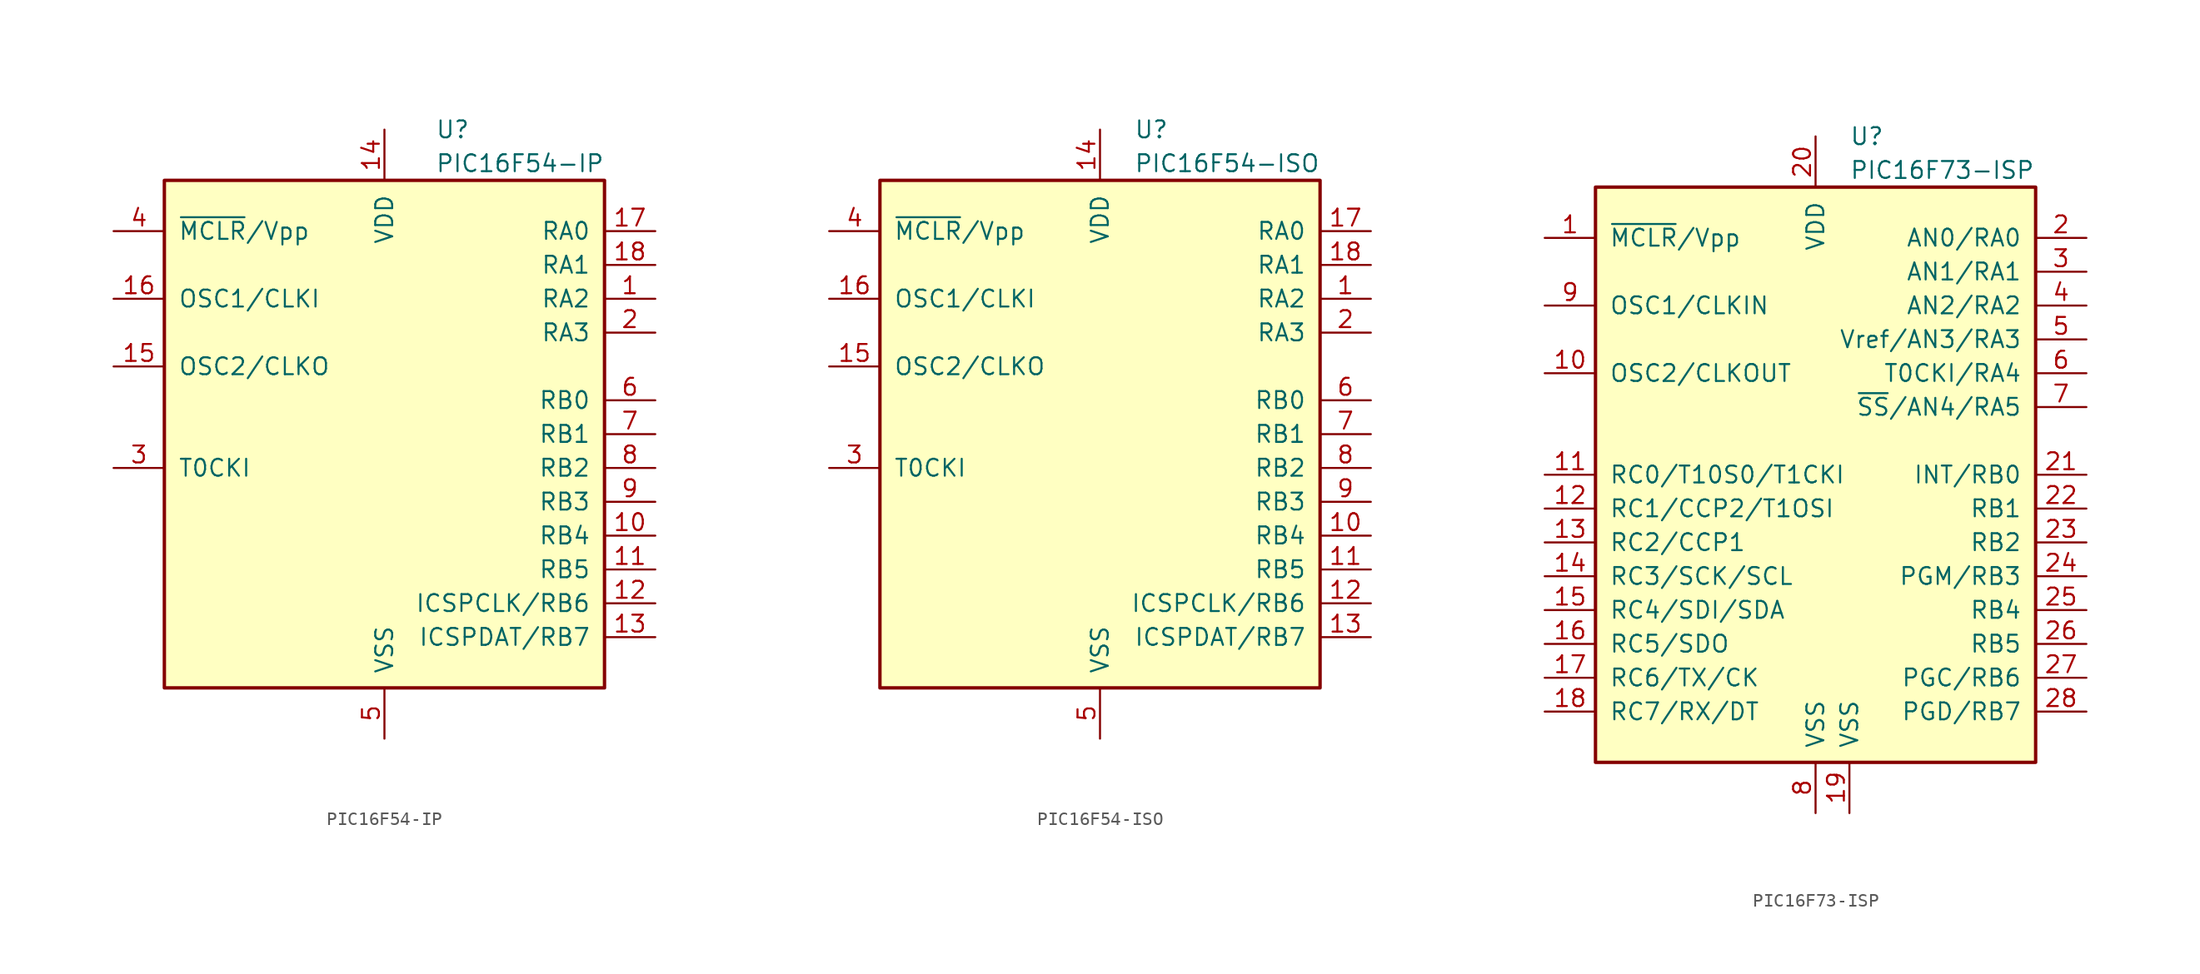
<source format=kicad_sym>
(kicad_symbol_lib
  (version 20200908)
  (generator kicad_symbol_editor)
  (symbol "MCU_Microchip_PIC16:PIC16F54-IP"
    (pin_names
      (offset 1.016))
    (property "Reference" "U"
      (at 3.81 22.86 0)
      (effects (font (size 1.27 1.27)) (justify left)))
    (property "Value" "PIC16F54-IP"
      (at 3.81 20.32 0)
      (effects (font (size 1.27 1.27)) (justify left)))
    (symbol "PIC16F54-IP_0_1"
      (rectangle (start -16.51 19.05) (end 16.51 -19.05) (stroke (width 0.254)) (fill (type background))))
    (symbol "PIC16F54-IP_1_1"
      (pin bidirectional line (at 20.32 10.16 180) (length 3.81) (name "RA2" (effects (font (size 1.27 1.27)))) (number "1" (effects (font (size 1.27 1.27)))))
      (pin bidirectional line (at 20.32 -7.62 180) (length 3.81) (name "RB4" (effects (font (size 1.27 1.27)))) (number "10" (effects (font (size 1.27 1.27)))))
      (pin bidirectional line (at 20.32 -10.16 180) (length 3.81) (name "RB5" (effects (font (size 1.27 1.27)))) (number "11" (effects (font (size 1.27 1.27)))))
      (pin bidirectional line (at 20.32 -12.7 180) (length 3.81) (name "ICSPCLK/RB6" (effects (font (size 1.27 1.27)))) (number "12" (effects (font (size 1.27 1.27)))))
      (pin bidirectional line (at 20.32 -15.24 180) (length 3.81) (name "ICSPDAT/RB7" (effects (font (size 1.27 1.27)))) (number "13" (effects (font (size 1.27 1.27)))))
      (pin power_in line (at 0 22.86 270) (length 3.81) (name "VDD" (effects (font (size 1.27 1.27)))) (number "14" (effects (font (size 1.27 1.27)))))
      (pin output line (at -20.32 5.08 0) (length 3.81) (name "OSC2/CLKO" (effects (font (size 1.27 1.27)))) (number "15" (effects (font (size 1.27 1.27)))))
      (pin input line (at -20.32 10.16 0) (length 3.81) (name "OSC1/CLKI" (effects (font (size 1.27 1.27)))) (number "16" (effects (font (size 1.27 1.27)))))
      (pin bidirectional line (at 20.32 15.24 180) (length 3.81) (name "RA0" (effects (font (size 1.27 1.27)))) (number "17" (effects (font (size 1.27 1.27)))))
      (pin bidirectional line (at 20.32 12.7 180) (length 3.81) (name "RA1" (effects (font (size 1.27 1.27)))) (number "18" (effects (font (size 1.27 1.27)))))
      (pin bidirectional line (at 20.32 7.62 180) (length 3.81) (name "RA3" (effects (font (size 1.27 1.27)))) (number "2" (effects (font (size 1.27 1.27)))))
      (pin input line (at -20.32 -2.54 0) (length 3.81) (name "T0CKI" (effects (font (size 1.27 1.27)))) (number "3" (effects (font (size 1.27 1.27)))))
      (pin input line (at -20.32 15.24 0) (length 3.81) (name "~MCLR~/Vpp" (effects (font (size 1.27 1.27)))) (number "4" (effects (font (size 1.27 1.27)))))
      (pin power_in line (at 0 -22.86 90) (length 3.81) (name "VSS" (effects (font (size 1.27 1.27)))) (number "5" (effects (font (size 1.27 1.27)))))
      (pin bidirectional line (at 20.32 2.54 180) (length 3.81) (name "RB0" (effects (font (size 1.27 1.27)))) (number "6" (effects (font (size 1.27 1.27)))))
      (pin bidirectional line (at 20.32 0 180) (length 3.81) (name "RB1" (effects (font (size 1.27 1.27)))) (number "7" (effects (font (size 1.27 1.27)))))
      (pin bidirectional line (at 20.32 -2.54 180) (length 3.81) (name "RB2" (effects (font (size 1.27 1.27)))) (number "8" (effects (font (size 1.27 1.27)))))
      (pin bidirectional line (at 20.32 -5.08 180) (length 3.81) (name "RB3" (effects (font (size 1.27 1.27)))) (number "9" (effects (font (size 1.27 1.27)))))))
  (symbol "MCU_Microchip_PIC16:PIC16F54-ISO"
    (pin_names
      (offset 1.016))
    (property "Reference" "U"
      (at 2.54 22.86 0)
      (effects (font (size 1.27 1.27)) (justify left)))
    (property "Value" "PIC16F54-ISO"
      (at 2.54 20.32 0)
      (effects (font (size 1.27 1.27)) (justify left)))
    (symbol "PIC16F54-ISO_0_1"
      (rectangle (start -16.51 19.05) (end 16.51 -19.05) (stroke (width 0.254)) (fill (type background))))
    (symbol "PIC16F54-ISO_1_1"
      (pin bidirectional line (at 20.32 10.16 180) (length 3.81) (name "RA2" (effects (font (size 1.27 1.27)))) (number "1" (effects (font (size 1.27 1.27)))))
      (pin bidirectional line (at 20.32 -7.62 180) (length 3.81) (name "RB4" (effects (font (size 1.27 1.27)))) (number "10" (effects (font (size 1.27 1.27)))))
      (pin bidirectional line (at 20.32 -10.16 180) (length 3.81) (name "RB5" (effects (font (size 1.27 1.27)))) (number "11" (effects (font (size 1.27 1.27)))))
      (pin bidirectional line (at 20.32 -12.7 180) (length 3.81) (name "ICSPCLK/RB6" (effects (font (size 1.27 1.27)))) (number "12" (effects (font (size 1.27 1.27)))))
      (pin bidirectional line (at 20.32 -15.24 180) (length 3.81) (name "ICSPDAT/RB7" (effects (font (size 1.27 1.27)))) (number "13" (effects (font (size 1.27 1.27)))))
      (pin power_in line (at 0 22.86 270) (length 3.81) (name "VDD" (effects (font (size 1.27 1.27)))) (number "14" (effects (font (size 1.27 1.27)))))
      (pin output line (at -20.32 5.08 0) (length 3.81) (name "OSC2/CLKO" (effects (font (size 1.27 1.27)))) (number "15" (effects (font (size 1.27 1.27)))))
      (pin input line (at -20.32 10.16 0) (length 3.81) (name "OSC1/CLKI" (effects (font (size 1.27 1.27)))) (number "16" (effects (font (size 1.27 1.27)))))
      (pin bidirectional line (at 20.32 15.24 180) (length 3.81) (name "RA0" (effects (font (size 1.27 1.27)))) (number "17" (effects (font (size 1.27 1.27)))))
      (pin bidirectional line (at 20.32 12.7 180) (length 3.81) (name "RA1" (effects (font (size 1.27 1.27)))) (number "18" (effects (font (size 1.27 1.27)))))
      (pin bidirectional line (at 20.32 7.62 180) (length 3.81) (name "RA3" (effects (font (size 1.27 1.27)))) (number "2" (effects (font (size 1.27 1.27)))))
      (pin input line (at -20.32 -2.54 0) (length 3.81) (name "T0CKI" (effects (font (size 1.27 1.27)))) (number "3" (effects (font (size 1.27 1.27)))))
      (pin input line (at -20.32 15.24 0) (length 3.81) (name "~MCLR~/Vpp" (effects (font (size 1.27 1.27)))) (number "4" (effects (font (size 1.27 1.27)))))
      (pin power_in line (at 0 -22.86 90) (length 3.81) (name "VSS" (effects (font (size 1.27 1.27)))) (number "5" (effects (font (size 1.27 1.27)))))
      (pin bidirectional line (at 20.32 2.54 180) (length 3.81) (name "RB0" (effects (font (size 1.27 1.27)))) (number "6" (effects (font (size 1.27 1.27)))))
      (pin bidirectional line (at 20.32 0 180) (length 3.81) (name "RB1" (effects (font (size 1.27 1.27)))) (number "7" (effects (font (size 1.27 1.27)))))
      (pin bidirectional line (at 20.32 -2.54 180) (length 3.81) (name "RB2" (effects (font (size 1.27 1.27)))) (number "8" (effects (font (size 1.27 1.27)))))
      (pin bidirectional line (at 20.32 -5.08 180) (length 3.81) (name "RB3" (effects (font (size 1.27 1.27)))) (number "9" (effects (font (size 1.27 1.27)))))))
  (symbol "MCU_Microchip_PIC16:PIC16F73-ISP"
    (pin_names
      (offset 1.016))
    (property "Reference" "U"
      (at 2.54 25.4 0)
      (effects (font (size 1.27 1.27)) (justify left)))
    (property "Value" "PIC16F73-ISP"
      (at 2.54 22.86 0)
      (effects (font (size 1.27 1.27)) (justify left)))
    (symbol "PIC16F73-ISP_0_1"
      (rectangle (start -16.51 -21.59) (end 16.51 21.59) (stroke (width 0.254)) (fill (type background))))
    (symbol "PIC16F73-ISP_1_1"
      (pin input line (at -20.32 17.78 0) (length 3.81) (name "~MCLR~/Vpp" (effects (font (size 1.27 1.27)))) (number "1" (effects (font (size 1.27 1.27)))))
      (pin output line (at -20.32 7.62 0) (length 3.81) (name "OSC2/CLKOUT" (effects (font (size 1.27 1.27)))) (number "10" (effects (font (size 1.27 1.27)))))
      (pin bidirectional line (at -20.32 0 0) (length 3.81) (name "RC0/T10S0/T1CKI" (effects (font (size 1.27 1.27)))) (number "11" (effects (font (size 1.27 1.27)))))
      (pin bidirectional line (at -20.32 -2.54 0) (length 3.81) (name "RC1/CCP2/T1OSI" (effects (font (size 1.27 1.27)))) (number "12" (effects (font (size 1.27 1.27)))))
      (pin bidirectional line (at -20.32 -5.08 0) (length 3.81) (name "RC2/CCP1" (effects (font (size 1.27 1.27)))) (number "13" (effects (font (size 1.27 1.27)))))
      (pin bidirectional line (at -20.32 -7.62 0) (length 3.81) (name "RC3/SCK/SCL" (effects (font (size 1.27 1.27)))) (number "14" (effects (font (size 1.27 1.27)))))
      (pin bidirectional line (at -20.32 -10.16 0) (length 3.81) (name "RC4/SDI/SDA" (effects (font (size 1.27 1.27)))) (number "15" (effects (font (size 1.27 1.27)))))
      (pin bidirectional line (at -20.32 -12.7 0) (length 3.81) (name "RC5/SDO" (effects (font (size 1.27 1.27)))) (number "16" (effects (font (size 1.27 1.27)))))
      (pin bidirectional line (at -20.32 -15.24 0) (length 3.81) (name "RC6/TX/CK" (effects (font (size 1.27 1.27)))) (number "17" (effects (font (size 1.27 1.27)))))
      (pin bidirectional line (at -20.32 -17.78 0) (length 3.81) (name "RC7/RX/DT" (effects (font (size 1.27 1.27)))) (number "18" (effects (font (size 1.27 1.27)))))
      (pin power_in line (at 2.54 -25.4 90) (length 3.81) (name "VSS" (effects (font (size 1.27 1.27)))) (number "19" (effects (font (size 1.27 1.27)))))
      (pin bidirectional line (at 20.32 17.78 180) (length 3.81) (name "AN0/RA0" (effects (font (size 1.27 1.27)))) (number "2" (effects (font (size 1.27 1.27)))))
      (pin power_in line (at 0 25.4 270) (length 3.81) (name "VDD" (effects (font (size 1.27 1.27)))) (number "20" (effects (font (size 1.27 1.27)))))
      (pin bidirectional line (at 20.32 0 180) (length 3.81) (name "INT/RB0" (effects (font (size 1.27 1.27)))) (number "21" (effects (font (size 1.27 1.27)))))
      (pin bidirectional line (at 20.32 -2.54 180) (length 3.81) (name "RB1" (effects (font (size 1.27 1.27)))) (number "22" (effects (font (size 1.27 1.27)))))
      (pin bidirectional line (at 20.32 -5.08 180) (length 3.81) (name "RB2" (effects (font (size 1.27 1.27)))) (number "23" (effects (font (size 1.27 1.27)))))
      (pin bidirectional line (at 20.32 -7.62 180) (length 3.81) (name "PGM/RB3" (effects (font (size 1.27 1.27)))) (number "24" (effects (font (size 1.27 1.27)))))
      (pin bidirectional line (at 20.32 -10.16 180) (length 3.81) (name "RB4" (effects (font (size 1.27 1.27)))) (number "25" (effects (font (size 1.27 1.27)))))
      (pin bidirectional line (at 20.32 -12.7 180) (length 3.81) (name "RB5" (effects (font (size 1.27 1.27)))) (number "26" (effects (font (size 1.27 1.27)))))
      (pin bidirectional line (at 20.32 -15.24 180) (length 3.81) (name "PGC/RB6" (effects (font (size 1.27 1.27)))) (number "27" (effects (font (size 1.27 1.27)))))
      (pin bidirectional line (at 20.32 -17.78 180) (length 3.81) (name "PGD/RB7" (effects (font (size 1.27 1.27)))) (number "28" (effects (font (size 1.27 1.27)))))
      (pin bidirectional line (at 20.32 15.24 180) (length 3.81) (name "AN1/RA1" (effects (font (size 1.27 1.27)))) (number "3" (effects (font (size 1.27 1.27)))))
      (pin bidirectional line (at 20.32 12.7 180) (length 3.81) (name "AN2/RA2" (effects (font (size 1.27 1.27)))) (number "4" (effects (font (size 1.27 1.27)))))
      (pin bidirectional line (at 20.32 10.16 180) (length 3.81) (name "Vref/AN3/RA3" (effects (font (size 1.27 1.27)))) (number "5" (effects (font (size 1.27 1.27)))))
      (pin bidirectional line (at 20.32 7.62 180) (length 3.81) (name "T0CKI/RA4" (effects (font (size 1.27 1.27)))) (number "6" (effects (font (size 1.27 1.27)))))
      (pin bidirectional line (at 20.32 5.08 180) (length 3.81) (name "~SS~/AN4/RA5" (effects (font (size 1.27 1.27)))) (number "7" (effects (font (size 1.27 1.27)))))
      (pin power_in line (at 0 -25.4 90) (length 3.81) (name "VSS" (effects (font (size 1.27 1.27)))) (number "8" (effects (font (size 1.27 1.27)))))
      (pin input line (at -20.32 12.7 0) (length 3.81) (name "OSC1/CLKIN" (effects (font (size 1.27 1.27)))) (number "9" (effects (font (size 1.27 1.27))))))))
</source>
